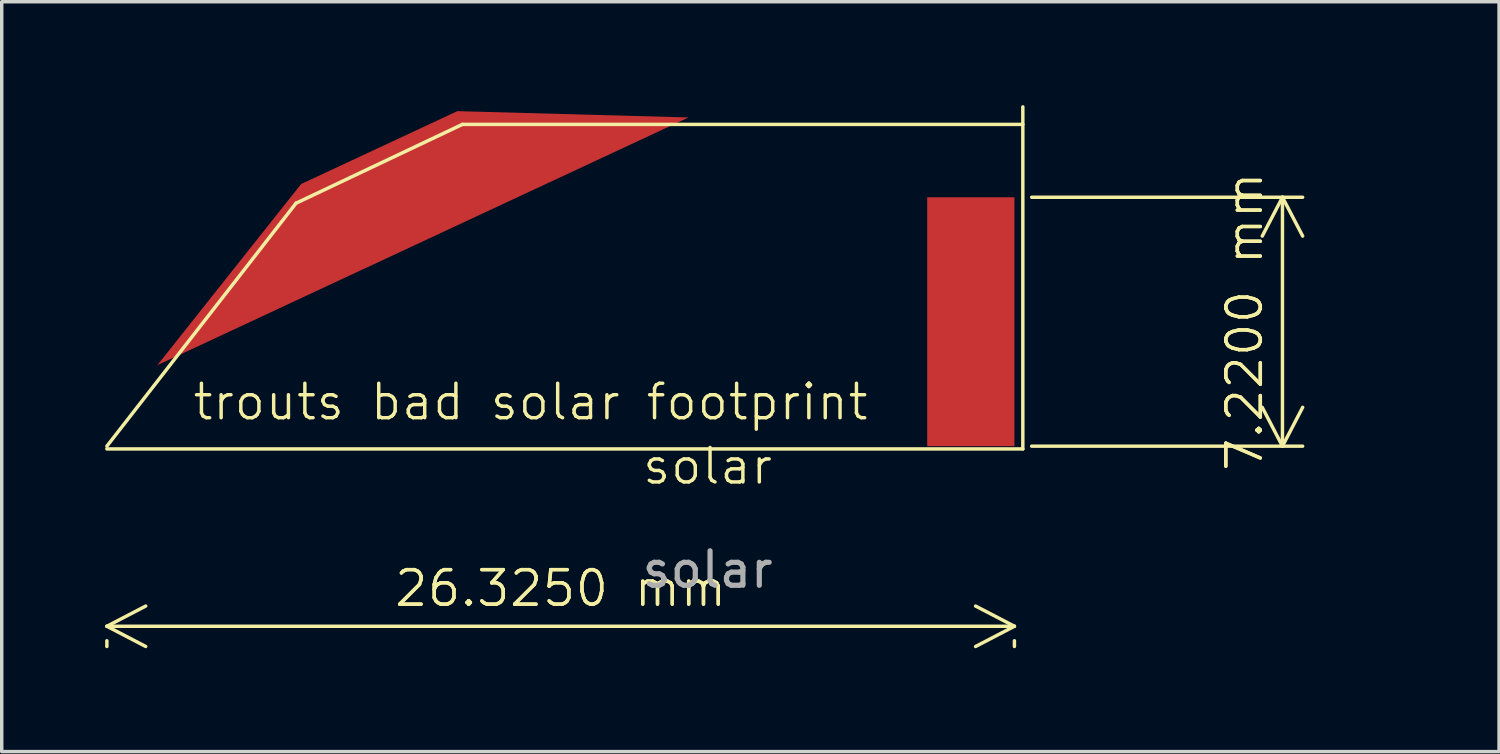
<source format=kicad_pcb>
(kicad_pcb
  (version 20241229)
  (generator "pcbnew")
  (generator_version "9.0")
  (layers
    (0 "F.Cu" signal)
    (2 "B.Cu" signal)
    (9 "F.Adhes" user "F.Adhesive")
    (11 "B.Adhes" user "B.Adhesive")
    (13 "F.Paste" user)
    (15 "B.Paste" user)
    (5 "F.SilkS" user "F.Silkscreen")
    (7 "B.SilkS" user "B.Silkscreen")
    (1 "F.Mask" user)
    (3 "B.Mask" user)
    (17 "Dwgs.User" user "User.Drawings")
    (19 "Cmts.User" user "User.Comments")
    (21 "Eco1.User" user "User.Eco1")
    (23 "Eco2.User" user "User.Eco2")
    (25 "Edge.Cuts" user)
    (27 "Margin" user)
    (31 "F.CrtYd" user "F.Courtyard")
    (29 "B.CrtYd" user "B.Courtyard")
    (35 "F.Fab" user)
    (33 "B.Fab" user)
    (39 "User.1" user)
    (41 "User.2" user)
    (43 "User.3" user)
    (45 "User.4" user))
  (footprint "solar"
    (layer "F.Cu")
    (at 17.475 10.972)
    (property "Reference" "solar" (at 0 -0.5 0) (unlocked yes) (layer "F.SilkS") (effects (font (size 1 1) (thickness 0.1))))
    (attr smd)
    (fp_line (start -17.425 -1.08) (end -11.938 -8.128) (stroke (width 0.1) (type default)) (layer "F.SilkS"))
    (fp_line (start -11.938 -8.128) (end -7.112 -10.414) (stroke (width 0.1) (type default)) (layer "F.SilkS"))
    (fp_line (start -7.112 -10.414) (end 9.144 -10.414) (stroke (width 0.1) (type default)) (layer "F.SilkS"))
    (fp_line (start 9.144 -10.922) (end 9.144 -1) (stroke (width 0.1) (type default)) (layer "F.SilkS"))
    (fp_line (start 9.144 -1) (end -17.425 -1) (stroke (width 0.1) (type default)) (layer "F.SilkS"))
    (fp_text user "trouts bad solar footprint" (at -14.986 -1.778 0) (unlocked yes) (layer "F.SilkS") (effects (font (size 1 1) (thickness 0.1)) (justify left bottom)))
    (fp_text user "${REFERENCE}" (at 0 2.5 0) (unlocked yes) (layer "F.Fab") (effects (font (size 1 1) (thickness 0.15))))
    (dimension (type aligned) (layer "F.SilkS") (pts (xy 26.375 2.672) (xy 26.375 9.892)) (height -7.775) (format (prefix "") (suffix "") (units 3) (units_format 1) (precision 4)) (style (thickness 0.1) (arrow_length 1.27) (text_position_mode 0) (arrow_direction outward) (extension_height 0.586) (extension_offset 0.5) (keep_text_aligned yes)) (gr_text "7.2200 mm" (at 33.05 6.282 90) (layer "F.SilkS") (effects (font (size 1 1) (thickness 0.1)))))
    (dimension (type aligned) (layer "F.SilkS") (pts (xy 26.375 15.036) (xy 0.05 15.036)) (height -0.08) (format (prefix "") (suffix "") (units 3) (units_format 1) (precision 4)) (style (thickness 0.1) (arrow_length 1.27) (text_position_mode 0) (arrow_direction outward) (extension_height 0.586) (extension_offset 0.5) (keep_text_aligned yes)) (gr_text "26.3250 mm" (at 13.213 14.016 0) (layer "F.SilkS") (effects (font (size 1 1) (thickness 0.1)))))
    (pad "1" smd rect (at 7.635 -4.69) (size 2.53 7.22) (layers "F.Cu" "F.Mask" "F.Paste"))
    (pad "2" smd trapezoid (at -8.89 -8.382 25) (size 11 3) (rect_delta 0 6) (layers "F.Cu" "F.Mask" "F.Paste")))
  (gr_rect
    (start -3 -3)
    (end 40.433 18.752)
    (stroke (width 0.1) (type default))
    (fill no)
    (layer "Edge.Cuts")))
</source>
